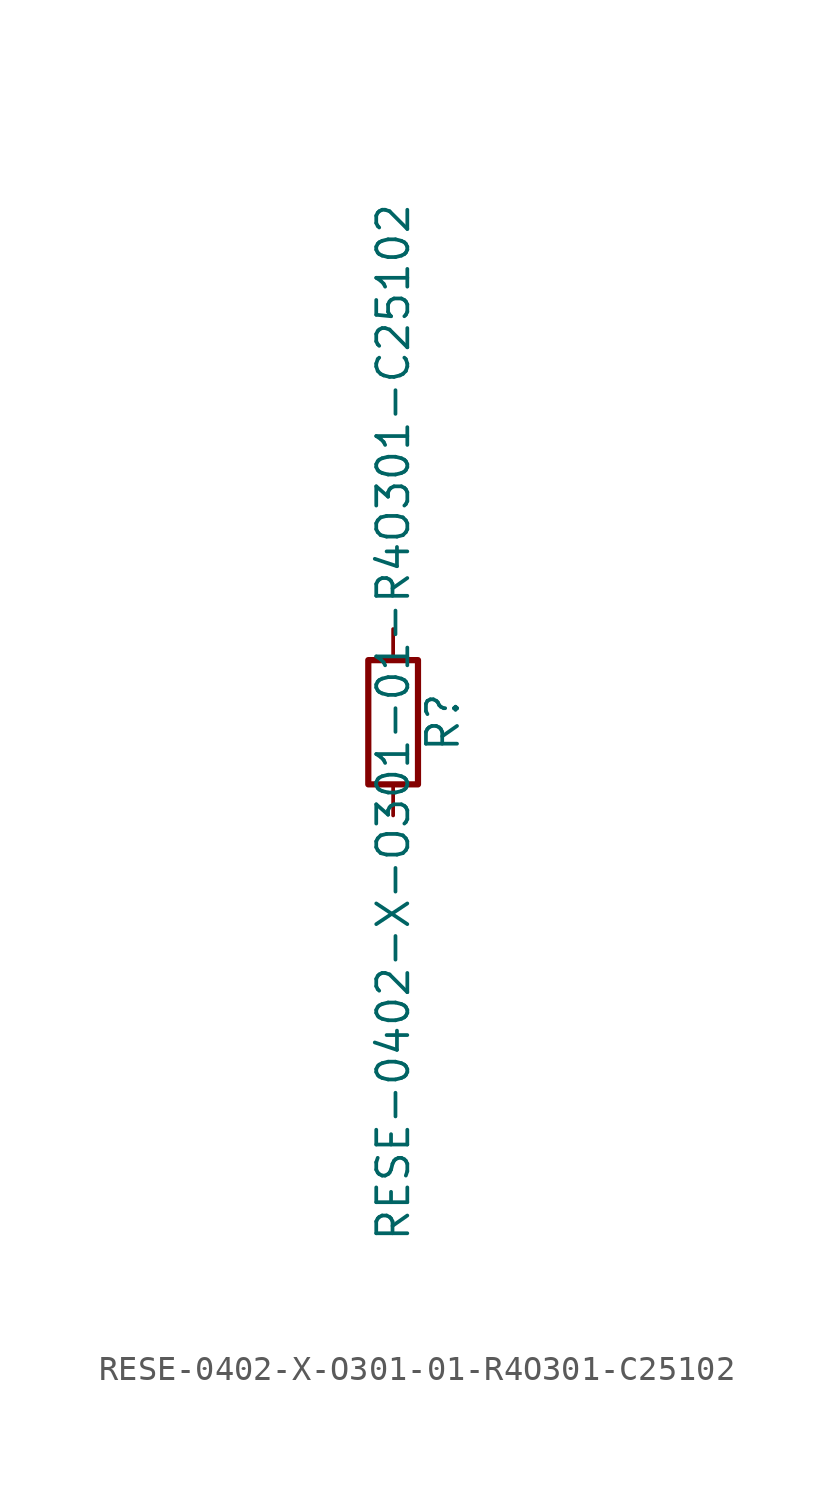
<source format=kicad_sym>
(kicad_symbol_lib
  (version 20211014)
  (generator kicad_symbol_editor)
  (symbol "RESE-0402-X-O301-01-R4O301-C25102"
    (pin_numbers hide)
    (pin_names
      (offset 0))
    (property "Reference" "R"
      (at 2.032 0 90)
      (effects (font (size 1.27 1.27))))
    (property "Value" "RESE-0402-X-O301-01-R4O301-C25102"
      (at 0 0 90)
      (effects (font (size 1.27 1.27))))
    (symbol "RESE-0402-X-O301-01-R4O301-C25102_0_1"
      (rectangle (start -1.016 -2.54) (end 1.016 2.54) (stroke (width 0.254) (type default) (color 0 0 0 0)) (fill (type none))))
    (symbol "RESE-0402-X-O301-01-R4O301-C25102_1_1"
      (pin passive line (at 0 3.81 270) (length 1.27) (name "~" (effects (font (size 1.27 1.27)))) (number "1" (effects (font (size 1.27 1.27)))))
      (pin passive line (at 0 -3.81 90) (length 1.27) (name "~" (effects (font (size 1.27 1.27)))) (number "2" (effects (font (size 1.27 1.27))))))))
</source>
